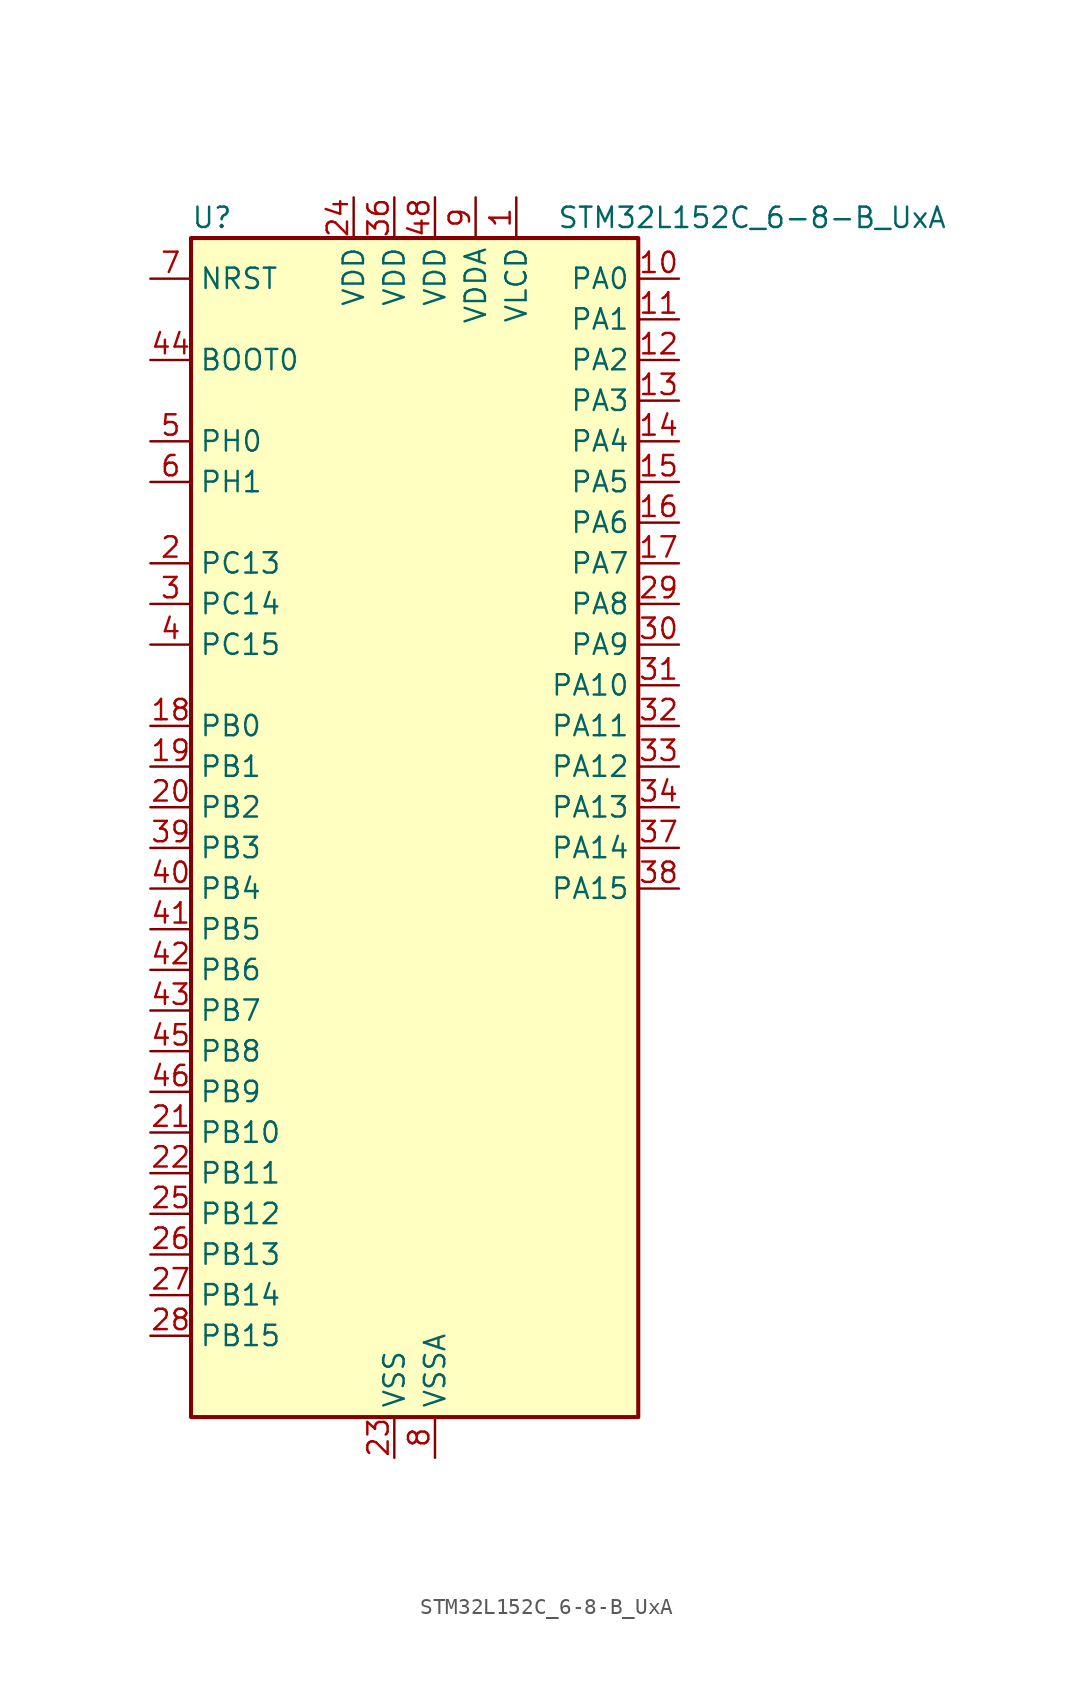
<source format=kicad_sym>
(kicad_symbol_lib
  (version 20220914)
  (generator kicad_symbol_editor)
  (symbol "STM32L152C_6-8-B_UxA"
    (property "Reference" "U"
      (at -12.7 39.37 0)
      (effects (font (size 1.27 1.27)) (justify left)))
    (property "Value" "STM32L152C_6-8-B_UxA"
      (at 10.16 39.37 0)
      (effects (font (size 1.27 1.27)) (justify left)))
    (property "ki_locked" ""
      (at 0 0 0)
      (effects (font (size 1.27 1.27))))
    (symbol "STM32L152C_6-8-B_UxA_0_1"
      (rectangle (start -12.7 -35.56) (end 15.24 38.1) (stroke (width 0.254) (type default)) (fill (type background))))
    (symbol "STM32L152C_6-8-B_UxA_1_1"
      (pin power_in line (at 7.62 40.64 270) (length 2.54) (name "VLCD" (effects (font (size 1.27 1.27)))) (number "1" (effects (font (size 1.27 1.27)))))
      (pin bidirectional line (at 17.78 35.56 180) (length 2.54) (name "PA0" (effects (font (size 1.27 1.27)))) (number "10" (effects (font (size 1.27 1.27)))) (alternate "ADC_IN0" bidirectional line) (alternate "COMP1_INP" bidirectional line) (alternate "RTC_TAMP2" bidirectional line) (alternate "SYS_WKUP1" bidirectional line) (alternate "TIM2_CH1" bidirectional line) (alternate "TIM2_ETR" bidirectional line) (alternate "TIMX_IC1" bidirectional line) (alternate "TS_G1_IO1" bidirectional line) (alternate "USART2_CTS" bidirectional line))
      (pin bidirectional line (at 17.78 33.02 180) (length 2.54) (name "PA1" (effects (font (size 1.27 1.27)))) (number "11" (effects (font (size 1.27 1.27)))) (alternate "ADC_IN1" bidirectional line) (alternate "COMP1_INP" bidirectional line) (alternate "LCD_SEG0" bidirectional line) (alternate "TIM2_CH2" bidirectional line) (alternate "TIMX_IC2" bidirectional line) (alternate "TS_G1_IO2" bidirectional line) (alternate "USART2_RTS" bidirectional line))
      (pin bidirectional line (at 17.78 30.48 180) (length 2.54) (name "PA2" (effects (font (size 1.27 1.27)))) (number "12" (effects (font (size 1.27 1.27)))) (alternate "ADC_IN2" bidirectional line) (alternate "COMP1_INP" bidirectional line) (alternate "LCD_SEG1" bidirectional line) (alternate "TIM2_CH3" bidirectional line) (alternate "TIM9_CH1" bidirectional line) (alternate "TIMX_IC3" bidirectional line) (alternate "TS_G1_IO3" bidirectional line) (alternate "USART2_TX" bidirectional line))
      (pin bidirectional line (at 17.78 27.94 180) (length 2.54) (name "PA3" (effects (font (size 1.27 1.27)))) (number "13" (effects (font (size 1.27 1.27)))) (alternate "ADC_IN3" bidirectional line) (alternate "COMP1_INP" bidirectional line) (alternate "LCD_SEG2" bidirectional line) (alternate "TIM2_CH4" bidirectional line) (alternate "TIM9_CH2" bidirectional line) (alternate "TIMX_IC4" bidirectional line) (alternate "TS_G1_IO4" bidirectional line) (alternate "USART2_RX" bidirectional line))
      (pin bidirectional line (at 17.78 25.4 180) (length 2.54) (name "PA4" (effects (font (size 1.27 1.27)))) (number "14" (effects (font (size 1.27 1.27)))) (alternate "ADC_IN4" bidirectional line) (alternate "COMP1_INP" bidirectional line) (alternate "DAC_OUT1" bidirectional line) (alternate "SPI1_NSS" bidirectional line) (alternate "TIMX_IC1" bidirectional line) (alternate "USART2_CK" bidirectional line))
      (pin bidirectional line (at 17.78 22.86 180) (length 2.54) (name "PA5" (effects (font (size 1.27 1.27)))) (number "15" (effects (font (size 1.27 1.27)))) (alternate "ADC_IN5" bidirectional line) (alternate "COMP1_INP" bidirectional line) (alternate "DAC_OUT2" bidirectional line) (alternate "SPI1_SCK" bidirectional line) (alternate "TIM2_CH1" bidirectional line) (alternate "TIM2_ETR" bidirectional line) (alternate "TIMX_IC2" bidirectional line))
      (pin bidirectional line (at 17.78 20.32 180) (length 2.54) (name "PA6" (effects (font (size 1.27 1.27)))) (number "16" (effects (font (size 1.27 1.27)))) (alternate "ADC_IN6" bidirectional line) (alternate "COMP1_INP" bidirectional line) (alternate "LCD_SEG3" bidirectional line) (alternate "SPI1_MISO" bidirectional line) (alternate "TIM10_CH1" bidirectional line) (alternate "TIM3_CH1" bidirectional line) (alternate "TIMX_IC3" bidirectional line) (alternate "TS_G2_IO1" bidirectional line))
      (pin bidirectional line (at 17.78 17.78 180) (length 2.54) (name "PA7" (effects (font (size 1.27 1.27)))) (number "17" (effects (font (size 1.27 1.27)))) (alternate "ADC_IN7" bidirectional line) (alternate "COMP1_INP" bidirectional line) (alternate "LCD_SEG4" bidirectional line) (alternate "SPI1_MOSI" bidirectional line) (alternate "TIM11_CH1" bidirectional line) (alternate "TIM3_CH2" bidirectional line) (alternate "TIMX_IC4" bidirectional line) (alternate "TS_G2_IO2" bidirectional line))
      (pin bidirectional line (at -15.24 7.62 0) (length 2.54) (name "PB0" (effects (font (size 1.27 1.27)))) (number "18" (effects (font (size 1.27 1.27)))) (alternate "ADC_IN8" bidirectional line) (alternate "COMP1_INP" bidirectional line) (alternate "LCD_SEG5" bidirectional line) (alternate "SYS_V_REF_OUT" bidirectional line) (alternate "TIM3_CH3" bidirectional line) (alternate "TS_G3_IO1" bidirectional line))
      (pin bidirectional line (at -15.24 5.08 0) (length 2.54) (name "PB1" (effects (font (size 1.27 1.27)))) (number "19" (effects (font (size 1.27 1.27)))) (alternate "ADC_IN9" bidirectional line) (alternate "COMP1_INP" bidirectional line) (alternate "LCD_SEG6" bidirectional line) (alternate "SYS_V_REF_OUT" bidirectional line) (alternate "TIM3_CH4" bidirectional line) (alternate "TS_G3_IO2" bidirectional line))
      (pin bidirectional line (at -15.24 17.78 0) (length 2.54) (name "PC13" (effects (font (size 1.27 1.27)))) (number "2" (effects (font (size 1.27 1.27)))) (alternate "RTC_OUT_ALARM" bidirectional line) (alternate "RTC_OUT_CALIB" bidirectional line) (alternate "RTC_TAMP1" bidirectional line) (alternate "RTC_TS" bidirectional line) (alternate "SYS_WKUP2" bidirectional line) (alternate "TIMX_IC2" bidirectional line))
      (pin bidirectional line (at -15.24 2.54 0) (length 2.54) (name "PB2" (effects (font (size 1.27 1.27)))) (number "20" (effects (font (size 1.27 1.27)))) (alternate "TS_G3_IO3" bidirectional line))
      (pin bidirectional line (at -15.24 -17.78 0) (length 2.54) (name "PB10" (effects (font (size 1.27 1.27)))) (number "21" (effects (font (size 1.27 1.27)))) (alternate "I2C2_SCL" bidirectional line) (alternate "LCD_SEG10" bidirectional line) (alternate "TIM2_CH3" bidirectional line) (alternate "USART3_TX" bidirectional line))
      (pin bidirectional line (at -15.24 -20.32 0) (length 2.54) (name "PB11" (effects (font (size 1.27 1.27)))) (number "22" (effects (font (size 1.27 1.27)))) (alternate "ADC_EXTI11" bidirectional line) (alternate "I2C2_SDA" bidirectional line) (alternate "LCD_SEG11" bidirectional line) (alternate "TIM2_CH4" bidirectional line) (alternate "USART3_RX" bidirectional line))
      (pin power_in line (at 0 -38.1 90) (length 2.54) (name "VSS" (effects (font (size 1.27 1.27)))) (number "23" (effects (font (size 1.27 1.27)))))
      (pin power_in line (at -2.54 40.64 270) (length 2.54) (name "VDD" (effects (font (size 1.27 1.27)))) (number "24" (effects (font (size 1.27 1.27)))))
      (pin bidirectional line (at -15.24 -22.86 0) (length 2.54) (name "PB12" (effects (font (size 1.27 1.27)))) (number "25" (effects (font (size 1.27 1.27)))) (alternate "ADC_IN18" bidirectional line) (alternate "COMP1_INP" bidirectional line) (alternate "I2C2_SMBA" bidirectional line) (alternate "LCD_SEG12" bidirectional line) (alternate "SPI2_NSS" bidirectional line) (alternate "TIM10_CH1" bidirectional line) (alternate "TS_G7_IO1" bidirectional line) (alternate "USART3_CK" bidirectional line))
      (pin bidirectional line (at -15.24 -25.4 0) (length 2.54) (name "PB13" (effects (font (size 1.27 1.27)))) (number "26" (effects (font (size 1.27 1.27)))) (alternate "ADC_IN19" bidirectional line) (alternate "COMP1_INP" bidirectional line) (alternate "LCD_SEG13" bidirectional line) (alternate "SPI2_SCK" bidirectional line) (alternate "TIM9_CH1" bidirectional line) (alternate "TS_G7_IO2" bidirectional line) (alternate "USART3_CTS" bidirectional line))
      (pin bidirectional line (at -15.24 -27.94 0) (length 2.54) (name "PB14" (effects (font (size 1.27 1.27)))) (number "27" (effects (font (size 1.27 1.27)))) (alternate "ADC_IN20" bidirectional line) (alternate "COMP1_INP" bidirectional line) (alternate "LCD_SEG14" bidirectional line) (alternate "SPI2_MISO" bidirectional line) (alternate "TIM9_CH2" bidirectional line) (alternate "TS_G7_IO3" bidirectional line) (alternate "USART3_RTS" bidirectional line))
      (pin bidirectional line (at -15.24 -30.48 0) (length 2.54) (name "PB15" (effects (font (size 1.27 1.27)))) (number "28" (effects (font (size 1.27 1.27)))) (alternate "ADC_EXTI15" bidirectional line) (alternate "ADC_IN21" bidirectional line) (alternate "COMP1_INP" bidirectional line) (alternate "LCD_SEG15" bidirectional line) (alternate "RTC_REFIN" bidirectional line) (alternate "SPI2_MOSI" bidirectional line) (alternate "TIM11_CH1" bidirectional line) (alternate "TS_G7_IO4" bidirectional line))
      (pin bidirectional line (at 17.78 15.24 180) (length 2.54) (name "PA8" (effects (font (size 1.27 1.27)))) (number "29" (effects (font (size 1.27 1.27)))) (alternate "LCD_COM0" bidirectional line) (alternate "RCC_MCO" bidirectional line) (alternate "TIMX_IC1" bidirectional line) (alternate "TS_G4_IO1" bidirectional line) (alternate "USART1_CK" bidirectional line))
      (pin bidirectional line (at -15.24 15.24 0) (length 2.54) (name "PC14" (effects (font (size 1.27 1.27)))) (number "3" (effects (font (size 1.27 1.27)))) (alternate "RCC_OSC32_IN" bidirectional line) (alternate "TIMX_IC3" bidirectional line))
      (pin bidirectional line (at 17.78 12.7 180) (length 2.54) (name "PA9" (effects (font (size 1.27 1.27)))) (number "30" (effects (font (size 1.27 1.27)))) (alternate "DAC_EXTI9" bidirectional line) (alternate "LCD_COM1" bidirectional line) (alternate "TIMX_IC2" bidirectional line) (alternate "TS_G4_IO2" bidirectional line) (alternate "USART1_TX" bidirectional line))
      (pin bidirectional line (at 17.78 10.16 180) (length 2.54) (name "PA10" (effects (font (size 1.27 1.27)))) (number "31" (effects (font (size 1.27 1.27)))) (alternate "LCD_COM2" bidirectional line) (alternate "TIMX_IC3" bidirectional line) (alternate "TS_G4_IO3" bidirectional line) (alternate "USART1_RX" bidirectional line))
      (pin bidirectional line (at 17.78 7.62 180) (length 2.54) (name "PA11" (effects (font (size 1.27 1.27)))) (number "32" (effects (font (size 1.27 1.27)))) (alternate "ADC_EXTI11" bidirectional line) (alternate "SPI1_MISO" bidirectional line) (alternate "TIMX_IC4" bidirectional line) (alternate "USART1_CTS" bidirectional line) (alternate "USB_DM" bidirectional line))
      (pin bidirectional line (at 17.78 5.08 180) (length 2.54) (name "PA12" (effects (font (size 1.27 1.27)))) (number "33" (effects (font (size 1.27 1.27)))) (alternate "SPI1_MOSI" bidirectional line) (alternate "TIMX_IC1" bidirectional line) (alternate "USART1_RTS" bidirectional line) (alternate "USB_DP" bidirectional line))
      (pin bidirectional line (at 17.78 2.54 180) (length 2.54) (name "PA13" (effects (font (size 1.27 1.27)))) (number "34" (effects (font (size 1.27 1.27)))) (alternate "SYS_JTMS-SWDIO" bidirectional line) (alternate "TIMX_IC2" bidirectional line) (alternate "TS_G5_IO1" bidirectional line))
      (pin passive line (at 0 -38.1 90) (length 2.54) hide (name "VSS" (effects (font (size 1.27 1.27)))) (number "35" (effects (font (size 1.27 1.27)))))
      (pin power_in line (at 0 40.64 270) (length 2.54) (name "VDD" (effects (font (size 1.27 1.27)))) (number "36" (effects (font (size 1.27 1.27)))))
      (pin bidirectional line (at 17.78 0 180) (length 2.54) (name "PA14" (effects (font (size 1.27 1.27)))) (number "37" (effects (font (size 1.27 1.27)))) (alternate "SYS_JTCK-SWCLK" bidirectional line) (alternate "TIMX_IC3" bidirectional line) (alternate "TS_G5_IO2" bidirectional line))
      (pin bidirectional line (at 17.78 -2.54 180) (length 2.54) (name "PA15" (effects (font (size 1.27 1.27)))) (number "38" (effects (font (size 1.27 1.27)))) (alternate "ADC_EXTI15" bidirectional line) (alternate "LCD_SEG17" bidirectional line) (alternate "SPI1_NSS" bidirectional line) (alternate "SYS_JTDI" bidirectional line) (alternate "TIM2_CH1" bidirectional line) (alternate "TIM2_ETR" bidirectional line) (alternate "TIMX_IC4" bidirectional line) (alternate "TS_G5_IO3" bidirectional line))
      (pin bidirectional line (at -15.24 0 0) (length 2.54) (name "PB3" (effects (font (size 1.27 1.27)))) (number "39" (effects (font (size 1.27 1.27)))) (alternate "COMP2_INM" bidirectional line) (alternate "LCD_SEG7" bidirectional line) (alternate "SPI1_SCK" bidirectional line) (alternate "SYS_JTDO-TRACESWO" bidirectional line) (alternate "TIM2_CH2" bidirectional line))
      (pin bidirectional line (at -15.24 12.7 0) (length 2.54) (name "PC15" (effects (font (size 1.27 1.27)))) (number "4" (effects (font (size 1.27 1.27)))) (alternate "ADC_EXTI15" bidirectional line) (alternate "RCC_OSC32_OUT" bidirectional line) (alternate "TIMX_IC4" bidirectional line))
      (pin bidirectional line (at -15.24 -2.54 0) (length 2.54) (name "PB4" (effects (font (size 1.27 1.27)))) (number "40" (effects (font (size 1.27 1.27)))) (alternate "COMP2_INP" bidirectional line) (alternate "LCD_SEG8" bidirectional line) (alternate "SPI1_MISO" bidirectional line) (alternate "SYS_JTRST" bidirectional line) (alternate "TIM3_CH1" bidirectional line) (alternate "TS_G6_IO1" bidirectional line))
      (pin bidirectional line (at -15.24 -5.08 0) (length 2.54) (name "PB5" (effects (font (size 1.27 1.27)))) (number "41" (effects (font (size 1.27 1.27)))) (alternate "COMP2_INP" bidirectional line) (alternate "I2C1_SMBA" bidirectional line) (alternate "LCD_SEG9" bidirectional line) (alternate "SPI1_MOSI" bidirectional line) (alternate "TIM3_CH2" bidirectional line) (alternate "TS_G6_IO2" bidirectional line))
      (pin bidirectional line (at -15.24 -7.62 0) (length 2.54) (name "PB6" (effects (font (size 1.27 1.27)))) (number "42" (effects (font (size 1.27 1.27)))) (alternate "I2C1_SCL" bidirectional line) (alternate "TIM4_CH1" bidirectional line) (alternate "TS_G6_IO3" bidirectional line) (alternate "USART1_TX" bidirectional line))
      (pin bidirectional line (at -15.24 -10.16 0) (length 2.54) (name "PB7" (effects (font (size 1.27 1.27)))) (number "43" (effects (font (size 1.27 1.27)))) (alternate "I2C1_SDA" bidirectional line) (alternate "SYS_PVD_IN" bidirectional line) (alternate "TIM4_CH2" bidirectional line) (alternate "TS_G6_IO4" bidirectional line) (alternate "USART1_RX" bidirectional line))
      (pin input line (at -15.24 30.48 0) (length 2.54) (name "BOOT0" (effects (font (size 1.27 1.27)))) (number "44" (effects (font (size 1.27 1.27)))))
      (pin bidirectional line (at -15.24 -12.7 0) (length 2.54) (name "PB8" (effects (font (size 1.27 1.27)))) (number "45" (effects (font (size 1.27 1.27)))) (alternate "I2C1_SCL" bidirectional line) (alternate "LCD_SEG16" bidirectional line) (alternate "TIM10_CH1" bidirectional line) (alternate "TIM4_CH3" bidirectional line))
      (pin bidirectional line (at -15.24 -15.24 0) (length 2.54) (name "PB9" (effects (font (size 1.27 1.27)))) (number "46" (effects (font (size 1.27 1.27)))) (alternate "DAC_EXTI9" bidirectional line) (alternate "I2C1_SDA" bidirectional line) (alternate "LCD_COM3" bidirectional line) (alternate "TIM11_CH1" bidirectional line) (alternate "TIM4_CH4" bidirectional line))
      (pin passive line (at 0 -38.1 90) (length 2.54) hide (name "VSS" (effects (font (size 1.27 1.27)))) (number "47" (effects (font (size 1.27 1.27)))))
      (pin power_in line (at 2.54 40.64 270) (length 2.54) (name "VDD" (effects (font (size 1.27 1.27)))) (number "48" (effects (font (size 1.27 1.27)))))
      (pin passive line (at 0 -38.1 90) (length 2.54) hide (name "VSS" (effects (font (size 1.27 1.27)))) (number "49" (effects (font (size 1.27 1.27)))))
      (pin bidirectional line (at -15.24 25.4 0) (length 2.54) (name "PH0" (effects (font (size 1.27 1.27)))) (number "5" (effects (font (size 1.27 1.27)))) (alternate "RCC_OSC_IN" bidirectional line))
      (pin bidirectional line (at -15.24 22.86 0) (length 2.54) (name "PH1" (effects (font (size 1.27 1.27)))) (number "6" (effects (font (size 1.27 1.27)))) (alternate "RCC_OSC_OUT" bidirectional line))
      (pin input line (at -15.24 35.56 0) (length 2.54) (name "NRST" (effects (font (size 1.27 1.27)))) (number "7" (effects (font (size 1.27 1.27)))))
      (pin power_in line (at 2.54 -38.1 90) (length 2.54) (name "VSSA" (effects (font (size 1.27 1.27)))) (number "8" (effects (font (size 1.27 1.27)))))
      (pin power_in line (at 5.08 40.64 270) (length 2.54) (name "VDDA" (effects (font (size 1.27 1.27)))) (number "9" (effects (font (size 1.27 1.27))))))))
</source>
